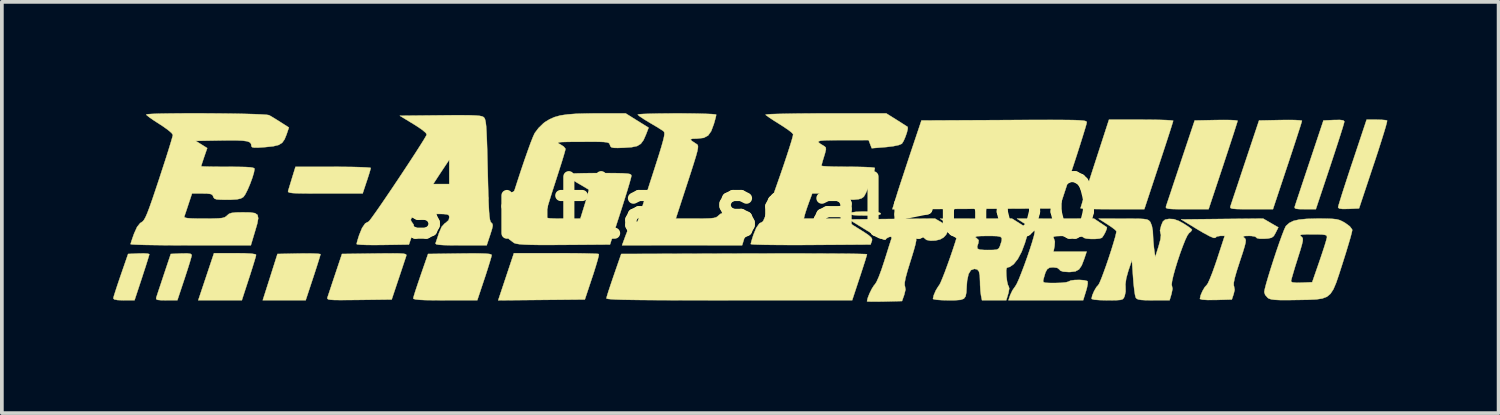
<source format=kicad_pcb>
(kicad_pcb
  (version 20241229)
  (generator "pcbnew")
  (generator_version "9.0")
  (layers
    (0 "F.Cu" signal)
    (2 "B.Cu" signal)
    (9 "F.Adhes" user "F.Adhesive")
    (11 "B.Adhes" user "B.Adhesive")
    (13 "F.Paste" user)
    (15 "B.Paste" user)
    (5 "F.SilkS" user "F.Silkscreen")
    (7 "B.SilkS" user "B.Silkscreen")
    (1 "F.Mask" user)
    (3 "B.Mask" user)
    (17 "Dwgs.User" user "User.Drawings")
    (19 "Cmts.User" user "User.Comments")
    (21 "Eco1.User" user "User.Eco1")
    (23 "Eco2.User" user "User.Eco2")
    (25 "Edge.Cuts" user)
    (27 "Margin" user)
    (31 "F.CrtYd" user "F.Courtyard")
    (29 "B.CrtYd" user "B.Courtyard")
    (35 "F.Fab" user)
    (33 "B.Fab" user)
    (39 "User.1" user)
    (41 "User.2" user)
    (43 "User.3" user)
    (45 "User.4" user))
  (footprint "scritta_scale600"
    (layer "F.Cu")
    (at 17.147 2.547)
    (property "Reference" "scritta_scale600" (at 0 0 0) (layer "F.SilkS") (effects (font (size 1.524 1.524) (thickness 0.3))))
    (attr through_hole)
    (fp_poly (pts (xy -13.599 1.231) (xy -13.417 1.241) (xy -13.315 1.257) (xy -13.293 1.273) (xy -13.305 1.327) (xy -13.34 1.446) (xy -13.392 1.615) (xy -13.456 1.817) (xy -13.486 1.908) (xy -13.678 2.498) (xy -14.853 2.498) (xy -14.428 1.228) (xy -13.86 1.228) (xy -13.599 1.231)) (stroke (width 0.01) (type solid)) (fill yes) (layer "F.SilkS"))
    (fp_poly (pts (xy -11.75 1.237) (xy -11.623 1.244) (xy -11.561 1.253) (xy -11.557 1.257) (xy -11.57 1.306) (xy -11.605 1.421) (xy -11.657 1.586) (xy -11.722 1.787) (xy -11.757 1.893) (xy -11.957 2.498) (xy -13.114 2.498) (xy -12.915 1.873) (xy -12.717 1.249) (xy -12.137 1.237) (xy -11.927 1.235) (xy -11.75 1.237)) (stroke (width 0.01) (type solid)) (fill yes) (layer "F.SilkS"))
    (fp_poly (pts (xy 3.342 0.11) (xy 3.475 0.124) (xy 3.538 0.148) (xy 3.545 0.159) (xy 3.532 0.184) (xy 3.466 0.2) (xy 3.336 0.209) (xy 3.133 0.212) (xy 2.929 0.209) (xy 2.799 0.2) (xy 2.733 0.184) (xy 2.72 0.159) (xy 2.762 0.131) (xy 2.87 0.114) (xy 3.053 0.106) (xy 3.133 0.106) (xy 3.342 0.11)) (stroke (width 0.01) (type solid)) (fill yes) (layer "F.SilkS"))
    (fp_poly (pts (xy -4.909 1.229) (xy -4.636 1.231) (xy -4.403 1.235) (xy -4.221 1.24) (xy -4.101 1.245) (xy -4.054 1.252) (xy -4.058 1.298) (xy -4.086 1.41) (xy -4.134 1.573) (xy -4.196 1.772) (xy -4.231 1.876) (xy -4.431 2.477) (xy -5.599 2.488) (xy -6.767 2.499) (xy -6.555 1.863) (xy -6.343 1.228) (xy -5.21 1.228) (xy -4.909 1.229)) (stroke (width 0.01) (type solid)) (fill yes) (layer "F.SilkS"))
    (fp_poly (pts (xy -16.212 1.241) (xy -16.171 1.256) (xy -16.171 1.256) (xy -16.184 1.305) (xy -16.219 1.42) (xy -16.271 1.586) (xy -16.337 1.787) (xy -16.371 1.893) (xy -16.571 2.498) (xy -16.858 2.498) (xy -17.026 2.492) (xy -17.117 2.474) (xy -17.142 2.445) (xy -17.128 2.387) (xy -17.09 2.266) (xy -17.035 2.097) (xy -16.967 1.896) (xy -16.941 1.82) (xy -16.743 1.249) (xy -16.457 1.236) (xy -16.314 1.234) (xy -16.212 1.241)) (stroke (width 0.01) (type solid)) (fill yes) (layer "F.SilkS"))
    (fp_poly (pts (xy -15.06 1.246) (xy -15.029 1.274) (xy -15.028 1.279) (xy -15.041 1.337) (xy -15.076 1.459) (xy -15.129 1.63) (xy -15.195 1.833) (xy -15.222 1.916) (xy -15.416 2.498) (xy -15.712 2.498) (xy -15.867 2.495) (xy -15.953 2.486) (xy -15.987 2.464) (xy -15.985 2.426) (xy -15.984 2.424) (xy -15.962 2.357) (xy -15.92 2.228) (xy -15.861 2.053) (xy -15.794 1.85) (xy -15.777 1.799) (xy -15.593 1.249) (xy -15.311 1.236) (xy -15.149 1.234) (xy -15.06 1.246)) (stroke (width 0.01) (type solid)) (fill yes) (layer "F.SilkS"))
    (fp_poly (pts (xy -10.934 -1.099) (xy -10.681 -1.096) (xy -10.471 -1.09) (xy -10.314 -1.083) (xy -10.222 -1.075) (xy -10.202 -1.069) (xy -10.215 -1.017) (xy -10.248 -0.905) (xy -10.296 -0.756) (xy -10.312 -0.709) (xy -10.421 -0.381) (xy -11.436 -0.381) (xy -11.755 -0.381) (xy -11.999 -0.383) (xy -12.178 -0.386) (xy -12.301 -0.392) (xy -12.378 -0.402) (xy -12.418 -0.415) (xy -12.432 -0.434) (xy -12.429 -0.455) (xy -12.405 -0.532) (xy -12.366 -0.661) (xy -12.319 -0.815) (xy -12.231 -1.101) (xy -11.217 -1.101) (xy -10.934 -1.099)) (stroke (width 0.01) (type solid)) (fill yes) (layer "F.SilkS"))
    (fp_poly (pts (xy 17.051 -2.367) (xy 17.156 -2.358) (xy 17.197 -2.347) (xy 17.19 -2.302) (xy 17.16 -2.187) (xy 17.108 -2.013) (xy 17.038 -1.789) (xy 16.954 -1.525) (xy 16.858 -1.233) (xy 16.83 -1.151) (xy 16.44 0.021) (xy 16.157 0.034) (xy 15.996 0.036) (xy 15.906 0.024) (xy 15.875 -0.004) (xy 15.875 -0.009) (xy 15.888 -0.062) (xy 15.925 -0.184) (xy 15.981 -0.366) (xy 16.055 -0.595) (xy 16.142 -0.862) (xy 16.239 -1.157) (xy 16.26 -1.217) (xy 16.644 -2.371) (xy 16.909 -2.371) (xy 17.051 -2.367)) (stroke (width 0.01) (type solid)) (fill yes) (layer "F.SilkS"))
    (fp_poly (pts (xy -7.27 1.235) (xy -7.111 1.24) (xy -7.009 1.249) (xy -6.956 1.263) (xy -6.943 1.28) (xy -6.955 1.337) (xy -6.991 1.459) (xy -7.044 1.63) (xy -7.109 1.833) (xy -7.137 1.916) (xy -7.331 2.498) (xy -8.195 2.498) (xy -8.501 2.496) (xy -8.731 2.493) (xy -8.893 2.485) (xy -8.995 2.474) (xy -9.047 2.459) (xy -9.056 2.445) (xy -9.042 2.387) (xy -9.005 2.266) (xy -8.949 2.097) (xy -8.881 1.896) (xy -8.855 1.82) (xy -8.657 1.249) (xy -7.8 1.237) (xy -7.497 1.234) (xy -7.27 1.235)) (stroke (width 0.01) (type solid)) (fill yes) (layer "F.SilkS"))
    (fp_poly (pts (xy 16.013 -2.353) (xy 16.044 -2.324) (xy 16.044 -2.32) (xy 16.031 -2.267) (xy 15.995 -2.144) (xy 15.938 -1.963) (xy 15.864 -1.733) (xy 15.777 -1.466) (xy 15.68 -1.172) (xy 15.66 -1.111) (xy 15.275 0.042) (xy 14.98 0.042) (xy 14.825 0.04) (xy 14.739 0.03) (xy 14.705 0.009) (xy 14.707 -0.029) (xy 14.708 -0.032) (xy 14.727 -0.09) (xy 14.769 -0.218) (xy 14.831 -0.403) (xy 14.908 -0.636) (xy 14.998 -0.905) (xy 15.096 -1.199) (xy 15.106 -1.228) (xy 15.48 -2.349) (xy 15.762 -2.362) (xy 15.923 -2.364) (xy 16.013 -2.353)) (stroke (width 0.01) (type solid)) (fill yes) (layer "F.SilkS"))
    (fp_poly (pts (xy 12.973 -2.361) (xy 13.1 -2.354) (xy 13.162 -2.344) (xy 13.166 -2.341) (xy 13.153 -2.294) (xy 13.116 -2.177) (xy 13.06 -2.001) (xy 12.986 -1.775) (xy 12.899 -1.51) (xy 12.802 -1.216) (xy 12.775 -1.133) (xy 12.384 0.042) (xy 11.798 0.042) (xy 11.565 0.042) (xy 11.405 0.038) (xy 11.304 0.03) (xy 11.251 0.017) (xy 11.233 -0.004) (xy 11.236 -0.032) (xy 11.255 -0.09) (xy 11.298 -0.218) (xy 11.36 -0.403) (xy 11.437 -0.636) (xy 11.527 -0.905) (xy 11.625 -1.199) (xy 11.634 -1.228) (xy 12.009 -2.349) (xy 12.587 -2.361) (xy 12.797 -2.363) (xy 12.973 -2.361)) (stroke (width 0.01) (type solid)) (fill yes) (layer "F.SilkS"))
    (fp_poly (pts (xy 14.709 -2.361) (xy 14.836 -2.354) (xy 14.898 -2.344) (xy 14.901 -2.341) (xy 14.888 -2.294) (xy 14.852 -2.177) (xy 14.795 -2.001) (xy 14.722 -1.775) (xy 14.635 -1.51) (xy 14.538 -1.216) (xy 14.51 -1.133) (xy 14.119 0.042) (xy 13.534 0.042) (xy 13.301 0.042) (xy 13.14 0.038) (xy 13.039 0.03) (xy 12.986 0.017) (xy 12.968 -0.004) (xy 12.972 -0.032) (xy 12.991 -0.09) (xy 13.033 -0.218) (xy 13.095 -0.403) (xy 13.173 -0.636) (xy 13.262 -0.905) (xy 13.36 -1.199) (xy 13.37 -1.228) (xy 13.744 -2.349) (xy 14.323 -2.361) (xy 14.533 -2.363) (xy 14.709 -2.361)) (stroke (width 0.01) (type solid)) (fill yes) (layer "F.SilkS"))
    (fp_poly (pts (xy -9.432 1.235) (xy -9.33 1.241) (xy -9.272 1.252) (xy -9.246 1.268) (xy -9.243 1.29) (xy -9.246 1.301) (xy -9.268 1.367) (xy -9.311 1.497) (xy -9.369 1.672) (xy -9.437 1.876) (xy -9.454 1.926) (xy -9.638 2.477) (xy -10.516 2.488) (xy -10.81 2.491) (xy -11.029 2.492) (xy -11.184 2.49) (xy -11.286 2.484) (xy -11.345 2.474) (xy -11.37 2.457) (xy -11.373 2.435) (xy -11.37 2.424) (xy -11.348 2.358) (xy -11.305 2.229) (xy -11.247 2.053) (xy -11.179 1.85) (xy -11.162 1.799) (xy -10.978 1.249) (xy -10.1 1.237) (xy -9.807 1.234) (xy -9.587 1.233) (xy -9.432 1.235)) (stroke (width 0.01) (type solid)) (fill yes) (layer "F.SilkS"))
    (fp_poly (pts (xy 10.825 -2.369) (xy 11.054 -2.366) (xy 11.239 -2.36) (xy 11.368 -2.352) (xy 11.427 -2.344) (xy 11.43 -2.342) (xy 11.417 -2.296) (xy 11.381 -2.179) (xy 11.325 -2.003) (xy 11.252 -1.778) (xy 11.165 -1.513) (xy 11.068 -1.219) (xy 11.04 -1.135) (xy 10.651 0.042) (xy 9.792 0.042) (xy 9.532 0.041) (xy 9.304 0.038) (xy 9.12 0.033) (xy 8.993 0.026) (xy 8.935 0.018) (xy 8.932 0.017) (xy 8.945 -0.029) (xy 8.981 -0.144) (xy 9.036 -0.32) (xy 9.108 -0.545) (xy 9.193 -0.81) (xy 9.288 -1.104) (xy 9.316 -1.19) (xy 9.699 -2.371) (xy 10.564 -2.371) (xy 10.825 -2.369)) (stroke (width 0.01) (type solid)) (fill yes) (layer "F.SilkS"))
    (fp_poly (pts (xy 8.398 -2.364) (xy 8.618 -2.362) (xy 8.787 -2.359) (xy 8.912 -2.353) (xy 8.998 -2.346) (xy 9.053 -2.337) (xy 9.084 -2.325) (xy 9.097 -2.311) (xy 9.099 -2.297) (xy 9.086 -2.238) (xy 9.049 -2.111) (xy 8.992 -1.925) (xy 8.919 -1.692) (xy 8.833 -1.423) (xy 8.737 -1.13) (xy 8.727 -1.101) (xy 8.358 0.021) (xy 6.108 0.032) (xy 3.859 0.043) (xy 3.961 -0.285) (xy 4.005 -0.427) (xy 4.071 -0.631) (xy 4.153 -0.879) (xy 4.243 -1.153) (xy 4.336 -1.434) (xy 4.352 -1.482) (xy 4.643 -2.349) (xy 6.872 -2.36) (xy 7.364 -2.363) (xy 7.778 -2.364) (xy 8.12 -2.365) (xy 8.398 -2.364)) (stroke (width 0.01) (type solid)) (fill yes) (layer "F.SilkS"))
    (fp_poly (pts (xy 1.344 1.236) (xy 1.771 1.237) (xy 2.153 1.239) (xy 2.484 1.241) (xy 2.758 1.244) (xy 2.968 1.248) (xy 3.108 1.252) (xy 3.172 1.256) (xy 3.175 1.258) (xy 3.162 1.307) (xy 3.128 1.421) (xy 3.075 1.586) (xy 3.01 1.787) (xy 2.975 1.893) (xy 2.775 2.498) (xy -0.539 2.498) (xy -1.169 2.497) (xy -1.72 2.497) (xy -2.195 2.495) (xy -2.6 2.493) (xy -2.938 2.49) (xy -3.215 2.486) (xy -3.436 2.482) (xy -3.604 2.476) (xy -3.724 2.469) (xy -3.802 2.461) (xy -3.842 2.452) (xy -3.849 2.445) (xy -3.835 2.387) (xy -3.798 2.266) (xy -3.742 2.097) (xy -3.674 1.896) (xy -3.648 1.82) (xy -3.45 1.249) (xy -0.138 1.238) (xy 0.384 1.237) (xy 0.88 1.236) (xy 1.344 1.236)) (stroke (width 0.01) (type solid)) (fill yes) (layer "F.SilkS"))
    (fp_poly (pts (xy 14.058 0.414) (xy 14.264 0.533) (xy 14.191 0.679) (xy 14.141 0.766) (xy 14.082 0.811) (xy 13.987 0.832) (xy 13.896 0.838) (xy 13.759 0.838) (xy 13.684 0.821) (xy 13.674 0.807) (xy 13.636 0.78) (xy 13.538 0.764) (xy 13.475 0.762) (xy 13.36 0.765) (xy 13.317 0.778) (xy 13.335 0.805) (xy 13.349 0.815) (xy 13.375 0.841) (xy 13.386 0.88) (xy 13.38 0.946) (xy 13.354 1.051) (xy 13.306 1.208) (xy 13.232 1.431) (xy 13.224 1.457) (xy 13.141 1.713) (xy 13.088 1.899) (xy 13.062 2.025) (xy 13.062 2.097) (xy 13.068 2.113) (xy 13.086 2.217) (xy 13.06 2.328) (xy 13.01 2.477) (xy 12.58 2.489) (xy 12.356 2.49) (xy 12.213 2.481) (xy 12.152 2.462) (xy 12.15 2.455) (xy 12.17 2.363) (xy 12.221 2.246) (xy 12.282 2.142) (xy 12.332 2.089) (xy 12.366 2.038) (xy 12.419 1.921) (xy 12.486 1.752) (xy 12.56 1.546) (xy 12.607 1.408) (xy 12.818 0.762) (xy 12.699 0.762) (xy 12.607 0.778) (xy 12.563 0.814) (xy 12.52 0.816) (xy 12.413 0.771) (xy 12.247 0.682) (xy 12.094 0.592) (xy 11.643 0.318) (xy 12.748 0.306) (xy 13.853 0.295) (xy 14.058 0.414)) (stroke (width 0.01) (type solid)) (fill yes) (layer "F.SilkS"))
    (fp_poly (pts (xy 5.195 0.405) (xy 5.317 0.491) (xy 5.361 0.558) (xy 5.358 0.579) (xy 5.336 0.657) (xy 5.334 0.679) (xy 5.306 0.732) (xy 5.241 0.803) (xy 5.146 0.857) (xy 5.018 0.887) (xy 4.886 0.892) (xy 4.779 0.87) (xy 4.726 0.826) (xy 4.666 0.778) (xy 4.563 0.763) (xy 4.476 0.77) (xy 4.472 0.793) (xy 4.482 0.8) (xy 4.5 0.829) (xy 4.501 0.888) (xy 4.481 0.989) (xy 4.439 1.144) (xy 4.372 1.365) (xy 4.348 1.44) (xy 4.267 1.703) (xy 4.215 1.894) (xy 4.191 2.023) (xy 4.191 2.097) (xy 4.197 2.112) (xy 4.213 2.21) (xy 4.179 2.349) (xy 4.119 2.519) (xy 3.647 2.531) (xy 3.459 2.534) (xy 3.306 2.534) (xy 3.206 2.531) (xy 3.175 2.526) (xy 3.195 2.438) (xy 3.243 2.315) (xy 3.305 2.19) (xy 3.364 2.097) (xy 3.385 2.074) (xy 3.43 2.007) (xy 3.492 1.869) (xy 3.565 1.675) (xy 3.643 1.439) (xy 3.709 1.23) (xy 3.766 1.047) (xy 3.811 0.908) (xy 3.837 0.828) (xy 3.84 0.818) (xy 3.826 0.785) (xy 3.773 0.791) (xy 3.698 0.831) (xy 3.675 0.865) (xy 3.635 0.866) (xy 3.534 0.822) (xy 3.378 0.738) (xy 3.176 0.618) (xy 3.175 0.617) (xy 2.688 0.318) (xy 3.848 0.306) (xy 5.007 0.295) (xy 5.195 0.405)) (stroke (width 0.01) (type solid)) (fill yes) (layer "F.SilkS"))
    (fp_poly (pts (xy 9.462 0.409) (xy 9.563 0.476) (xy 9.63 0.521) (xy 9.643 0.53) (xy 9.638 0.572) (xy 9.605 0.654) (xy 9.558 0.742) (xy 9.514 0.805) (xy 9.505 0.814) (xy 9.438 0.835) (xy 9.328 0.844) (xy 9.204 0.844) (xy 9.094 0.835) (xy 9.026 0.816) (xy 9.017 0.804) (xy 8.977 0.785) (xy 8.864 0.771) (xy 8.691 0.763) (xy 8.588 0.762) (xy 8.395 0.764) (xy 8.273 0.769) (xy 8.212 0.782) (xy 8.198 0.802) (xy 8.21 0.822) (xy 8.24 0.916) (xy 8.232 1.034) (xy 8.203 1.185) (xy 9.097 1.185) (xy 9.03 1.386) (xy 8.963 1.559) (xy 8.891 1.665) (xy 8.795 1.718) (xy 8.655 1.735) (xy 8.613 1.736) (xy 8.464 1.726) (xy 8.384 1.697) (xy 8.367 1.672) (xy 8.305 1.624) (xy 8.192 1.609) (xy 8.098 1.618) (xy 8.034 1.659) (xy 7.986 1.747) (xy 7.941 1.899) (xy 7.933 1.928) (xy 7.923 1.979) (xy 7.936 2.01) (xy 7.986 2.026) (xy 8.091 2.031) (xy 8.248 2.032) (xy 8.41 2.027) (xy 8.537 2.014) (xy 8.608 1.995) (xy 8.615 1.99) (xy 8.67 1.965) (xy 8.779 1.951) (xy 8.909 1.949) (xy 9.029 1.958) (xy 9.109 1.978) (xy 9.123 1.989) (xy 9.125 2.05) (xy 9.104 2.162) (xy 9.075 2.264) (xy 9.002 2.498) (xy 6.989 2.498) (xy 7.035 2.36) (xy 7.098 2.227) (xy 7.176 2.117) (xy 7.216 2.048) (xy 7.274 1.919) (xy 7.343 1.745) (xy 7.42 1.542) (xy 7.497 1.327) (xy 7.569 1.116) (xy 7.63 0.924) (xy 7.675 0.769) (xy 7.697 0.666) (xy 7.698 0.636) (xy 7.657 0.594) (xy 7.564 0.523) (xy 7.451 0.447) (xy 7.218 0.298) (xy 8.256 0.297) (xy 9.294 0.296) (xy 9.462 0.409)) (stroke (width 0.01) (type solid)) (fill yes) (layer "F.SilkS"))
    (fp_poly (pts (xy -1.658 -2.539) (xy -1.399 -2.535) (xy -1.181 -2.529) (xy -1.016 -2.522) (xy -0.916 -2.513) (xy -0.889 -2.505) (xy -0.9 -2.448) (xy -0.929 -2.338) (xy -0.955 -2.249) (xy -1.025 -2.061) (xy -1.109 -1.943) (xy -1.226 -1.881) (xy -1.391 -1.862) (xy -1.408 -1.861) (xy -1.532 -1.857) (xy -1.581 -1.84) (xy -1.554 -1.803) (xy -1.453 -1.735) (xy -1.414 -1.711) (xy -1.392 -1.692) (xy -1.381 -1.66) (xy -1.383 -1.605) (xy -1.4 -1.518) (xy -1.435 -1.389) (xy -1.491 -1.207) (xy -1.568 -0.964) (xy -1.659 -0.685) (xy -1.979 0.296) (xy -1.441 0.296) (xy -1.215 0.295) (xy -1.058 0.29) (xy -0.954 0.279) (xy -0.888 0.26) (xy -0.844 0.23) (xy -0.826 0.212) (xy -0.774 0.168) (xy -0.701 0.143) (xy -0.585 0.13) (xy -0.407 0.127) (xy -0.401 0.127) (xy -0.201 0.131) (xy -0.071 0.15) (xy -0.002 0.198) (xy 0.015 0.287) (xy -0.013 0.432) (xy -0.072 0.631) (xy -0.191 1.015) (xy -3.428 1.016) (xy -3.325 0.735) (xy -3.253 0.556) (xy -3.188 0.446) (xy -3.12 0.393) (xy -3.059 0.382) (xy -3.009 0.372) (xy -3.006 0.367) (xy -2.993 0.325) (xy -2.958 0.212) (xy -2.903 0.039) (xy -2.832 -0.184) (xy -2.747 -0.447) (xy -2.653 -0.741) (xy -2.624 -0.829) (xy -2.515 -1.169) (xy -2.429 -1.438) (xy -2.366 -1.645) (xy -2.323 -1.798) (xy -2.297 -1.906) (xy -2.286 -1.978) (xy -2.288 -2.024) (xy -2.302 -2.052) (xy -2.317 -2.066) (xy -2.388 -2.112) (xy -2.509 -2.187) (xy -2.658 -2.275) (xy -2.698 -2.299) (xy -2.838 -2.384) (xy -2.945 -2.455) (xy -3.001 -2.501) (xy -3.005 -2.508) (xy -2.965 -2.517) (xy -2.851 -2.525) (xy -2.676 -2.531) (xy -2.449 -2.536) (xy -2.184 -2.539) (xy -1.947 -2.54) (xy -1.658 -2.539)) (stroke (width 0.01) (type solid)) (fill yes) (layer "F.SilkS"))
    (fp_poly (pts (xy 15.566 0.297) (xy 15.724 0.303) (xy 15.836 0.315) (xy 15.921 0.338) (xy 15.999 0.375) (xy 16.064 0.412) (xy 16.19 0.504) (xy 16.252 0.586) (xy 16.256 0.609) (xy 16.243 0.672) (xy 16.209 0.803) (xy 16.155 0.986) (xy 16.088 1.209) (xy 16.01 1.456) (xy 16.001 1.485) (xy 15.903 1.791) (xy 15.823 2.026) (xy 15.749 2.2) (xy 15.669 2.323) (xy 15.573 2.403) (xy 15.448 2.45) (xy 15.284 2.474) (xy 15.068 2.484) (xy 14.79 2.489) (xy 14.774 2.489) (xy 14.506 2.493) (xy 14.309 2.492) (xy 14.17 2.485) (xy 14.076 2.473) (xy 14.013 2.453) (xy 13.981 2.434) (xy 13.909 2.352) (xy 13.885 2.276) (xy 13.899 2.197) (xy 13.935 2.056) (xy 13.955 1.988) (xy 14.605 1.988) (xy 14.644 2.015) (xy 14.761 2.026) (xy 14.891 2.023) (xy 15.177 2.011) (xy 15.375 1.439) (xy 15.446 1.228) (xy 15.507 1.042) (xy 15.551 0.896) (xy 15.574 0.808) (xy 15.576 0.794) (xy 15.568 0.759) (xy 15.531 0.737) (xy 15.45 0.725) (xy 15.309 0.72) (xy 15.19 0.72) (xy 15.009 0.721) (xy 14.901 0.727) (xy 14.855 0.739) (xy 14.859 0.76) (xy 14.879 0.777) (xy 14.909 0.804) (xy 14.924 0.84) (xy 14.922 0.899) (xy 14.9 0.995) (xy 14.858 1.142) (xy 14.791 1.354) (xy 14.781 1.387) (xy 14.716 1.592) (xy 14.663 1.771) (xy 14.624 1.905) (xy 14.606 1.98) (xy 14.605 1.988) (xy 13.955 1.988) (xy 13.99 1.868) (xy 14.058 1.647) (xy 14.134 1.41) (xy 14.213 1.171) (xy 14.29 0.947) (xy 14.361 0.751) (xy 14.419 0.6) (xy 14.461 0.508) (xy 14.472 0.492) (xy 14.559 0.414) (xy 14.672 0.358) (xy 14.824 0.323) (xy 15.031 0.303) (xy 15.307 0.296) (xy 15.343 0.296) (xy 15.566 0.297)) (stroke (width 0.01) (type solid)) (fill yes) (layer "F.SilkS"))
    (fp_poly (pts (xy 10.335 0.298) (xy 10.515 0.3) (xy 10.638 0.307) (xy 10.717 0.319) (xy 10.765 0.339) (xy 10.797 0.368) (xy 10.814 0.39) (xy 10.854 0.49) (xy 10.88 0.632) (xy 10.883 0.697) (xy 10.892 0.879) (xy 10.91 1.072) (xy 10.916 1.122) (xy 10.945 1.333) (xy 11.037 1.039) (xy 11.087 0.854) (xy 11.1 0.735) (xy 11.089 0.696) (xy 11.074 0.617) (xy 11.106 0.483) (xy 11.152 0.375) (xy 11.211 0.324) (xy 11.313 0.305) (xy 11.322 0.304) (xy 11.447 0.311) (xy 11.581 0.359) (xy 11.709 0.429) (xy 11.828 0.506) (xy 11.911 0.568) (xy 11.938 0.599) (xy 11.907 0.645) (xy 11.856 0.688) (xy 11.813 0.748) (xy 11.755 0.87) (xy 11.688 1.038) (xy 11.616 1.235) (xy 11.546 1.445) (xy 11.483 1.65) (xy 11.432 1.836) (xy 11.399 1.984) (xy 11.388 2.079) (xy 11.394 2.103) (xy 11.411 2.188) (xy 11.384 2.325) (xy 11.332 2.498) (xy 10.896 2.498) (xy 10.694 2.496) (xy 10.561 2.488) (xy 10.481 2.473) (xy 10.436 2.447) (xy 10.42 2.424) (xy 10.401 2.353) (xy 10.381 2.218) (xy 10.361 2.04) (xy 10.349 1.884) (xy 10.317 1.418) (xy 10.22 1.704) (xy 10.164 1.904) (xy 10.142 2.066) (xy 10.145 2.127) (xy 10.147 2.264) (xy 10.122 2.381) (xy 10.099 2.434) (xy 10.068 2.468) (xy 10.012 2.487) (xy 9.913 2.495) (xy 9.755 2.498) (xy 9.653 2.498) (xy 9.448 2.493) (xy 9.305 2.482) (xy 9.235 2.463) (xy 9.229 2.454) (xy 9.249 2.363) (xy 9.299 2.248) (xy 9.359 2.144) (xy 9.409 2.089) (xy 9.439 2.04) (xy 9.487 1.927) (xy 9.549 1.764) (xy 9.619 1.57) (xy 9.691 1.359) (xy 9.76 1.148) (xy 9.82 0.953) (xy 9.867 0.792) (xy 9.894 0.678) (xy 9.898 0.633) (xy 9.858 0.592) (xy 9.766 0.523) (xy 9.652 0.447) (xy 9.419 0.298) (xy 10.084 0.297) (xy 10.335 0.298)) (stroke (width 0.01) (type solid)) (fill yes) (layer "F.SilkS"))
    (fp_poly (pts (xy 7.299 0.431) (xy 7.416 0.505) (xy 7.5 0.558) (xy 7.53 0.578) (xy 7.526 0.621) (xy 7.5 0.725) (xy 7.457 0.873) (xy 7.431 0.959) (xy 7.343 1.192) (xy 7.24 1.385) (xy 7.13 1.524) (xy 7.023 1.599) (xy 6.975 1.609) (xy 6.941 1.627) (xy 6.928 1.692) (xy 6.932 1.82) (xy 6.934 1.852) (xy 6.951 1.988) (xy 6.975 2.088) (xy 6.994 2.121) (xy 7.01 2.178) (xy 6.99 2.294) (xy 6.982 2.322) (xy 6.929 2.498) (xy 6.276 2.498) (xy 6.249 2.365) (xy 6.234 2.244) (xy 6.224 2.085) (xy 6.223 2.009) (xy 6.216 1.83) (xy 6.193 1.721) (xy 6.146 1.666) (xy 6.069 1.651) (xy 5.977 1.685) (xy 5.913 1.79) (xy 5.874 1.969) (xy 5.863 2.117) (xy 5.854 2.282) (xy 5.833 2.391) (xy 5.786 2.455) (xy 5.698 2.486) (xy 5.553 2.497) (xy 5.372 2.498) (xy 5.194 2.494) (xy 5.054 2.484) (xy 4.97 2.469) (xy 4.953 2.458) (xy 4.976 2.359) (xy 5.031 2.232) (xy 5.1 2.119) (xy 5.12 2.095) (xy 5.154 2.033) (xy 5.207 1.908) (xy 5.275 1.735) (xy 5.349 1.533) (xy 5.426 1.317) (xy 5.498 1.106) (xy 5.56 0.916) (xy 5.599 0.784) (xy 6.093 0.784) (xy 6.103 0.804) (xy 6.122 0.816) (xy 6.186 0.877) (xy 6.178 0.953) (xy 6.146 1.048) (xy 6.154 1.105) (xy 6.214 1.133) (xy 6.339 1.142) (xy 6.431 1.143) (xy 6.585 1.141) (xy 6.676 1.131) (xy 6.725 1.103) (xy 6.755 1.05) (xy 6.769 1.01) (xy 6.805 0.898) (xy 6.811 0.827) (xy 6.774 0.786) (xy 6.683 0.768) (xy 6.526 0.763) (xy 6.424 0.763) (xy 6.243 0.766) (xy 6.137 0.772) (xy 6.093 0.784) (xy 5.599 0.784) (xy 5.605 0.764) (xy 5.629 0.667) (xy 5.63 0.649) (xy 5.597 0.603) (xy 5.509 0.531) (xy 5.387 0.449) (xy 5.144 0.299) (xy 6.113 0.297) (xy 7.083 0.296) (xy 7.299 0.431)) (stroke (width 0.01) (type solid)) (fill yes) (layer "F.SilkS"))
    (fp_poly (pts (xy -7.516 -2.489) (xy -7.371 -2.483) (xy -7.27 -2.474) (xy -7.205 -2.461) (xy -7.165 -2.443) (xy -7.154 -2.434) (xy -7.133 -2.408) (xy -7.117 -2.364) (xy -7.103 -2.295) (xy -7.091 -2.19) (xy -7.082 -2.041) (xy -7.073 -1.84) (xy -7.064 -1.577) (xy -7.056 -1.243) (xy -7.05 -1.006) (xy -7.041 -0.622) (xy -7.032 -0.315) (xy -7.023 -0.075) (xy -7.014 0.105) (xy -7.003 0.235) (xy -6.99 0.322) (xy -6.975 0.375) (xy -6.957 0.402) (xy -6.954 0.404) (xy -6.922 0.438) (xy -6.915 0.49) (xy -6.934 0.579) (xy -6.981 0.728) (xy -6.983 0.734) (xy -7.077 1.016) (xy -7.776 1.016) (xy -8.045 1.015) (xy -8.239 1.01) (xy -8.366 1.001) (xy -8.435 0.988) (xy -8.457 0.969) (xy -8.456 0.963) (xy -8.433 0.895) (xy -8.393 0.777) (xy -8.363 0.685) (xy -8.29 0.516) (xy -8.206 0.424) (xy -8.187 0.414) (xy -8.102 0.337) (xy -8.086 0.268) (xy -8.089 0.226) (xy -8.107 0.197) (xy -8.155 0.181) (xy -8.249 0.172) (xy -8.401 0.17) (xy -8.562 0.169) (xy -8.771 0.171) (xy -8.912 0.176) (xy -9.001 0.189) (xy -9.053 0.211) (xy -9.086 0.246) (xy -9.093 0.256) (xy -9.125 0.333) (xy -9.093 0.396) (xy -9.082 0.407) (xy -9.046 0.46) (xy -9.039 0.535) (xy -9.061 0.649) (xy -9.114 0.821) (xy -9.123 0.847) (xy -9.174 0.995) (xy -9.878 1.006) (xy -10.112 1.008) (xy -10.313 1.006) (xy -10.467 1) (xy -10.561 0.991) (xy -10.583 0.982) (xy -10.571 0.924) (xy -10.539 0.816) (xy -10.514 0.738) (xy -10.436 0.548) (xy -10.352 0.426) (xy -10.268 0.381) (xy -10.264 0.381) (xy -10.232 0.347) (xy -10.161 0.252) (xy -10.057 0.107) (xy -9.927 -0.08) (xy -9.779 -0.297) (xy -9.618 -0.535) (xy -9.551 -0.635) (xy -8.519 -0.635) (xy -8.086 -0.635) (xy -8.086 -1.29) (xy -8.227 -1.079) (xy -8.319 -0.941) (xy -8.403 -0.813) (xy -8.443 -0.751) (xy -8.519 -0.635) (xy -9.551 -0.635) (xy -9.451 -0.784) (xy -9.286 -1.033) (xy -9.128 -1.273) (xy -8.985 -1.493) (xy -8.863 -1.684) (xy -8.769 -1.834) (xy -8.71 -1.935) (xy -8.694 -1.968) (xy -8.719 -2.016) (xy -8.814 -2.097) (xy -8.974 -2.205) (xy -9.046 -2.25) (xy -9.419 -2.477) (xy -8.323 -2.488) (xy -7.982 -2.491) (xy -7.717 -2.491) (xy -7.516 -2.489)) (stroke (width 0.01) (type solid)) (fill yes) (layer "F.SilkS"))
    (fp_poly (pts (xy -3.021 -2.347) (xy -2.712 -2.155) (xy -2.78 -1.977) (xy -2.848 -1.822) (xy -2.922 -1.721) (xy -3.022 -1.66) (xy -3.168 -1.629) (xy -3.369 -1.615) (xy -3.545 -1.609) (xy -3.654 -1.612) (xy -3.714 -1.626) (xy -3.743 -1.656) (xy -3.754 -1.689) (xy -3.766 -1.721) (xy -3.79 -1.745) (xy -3.839 -1.76) (xy -3.924 -1.77) (xy -4.058 -1.775) (xy -4.253 -1.776) (xy -4.503 -1.775) (xy -4.765 -1.774) (xy -4.951 -1.771) (xy -5.072 -1.767) (xy -5.136 -1.758) (xy -5.154 -1.746) (xy -5.134 -1.727) (xy -5.091 -1.704) (xy -5 -1.645) (xy -4.954 -1.588) (xy -4.953 -1.58) (xy -4.966 -1.525) (xy -5.001 -1.402) (xy -5.055 -1.224) (xy -5.125 -1.005) (xy -5.205 -0.756) (xy -5.228 -0.684) (xy -5.311 -0.428) (xy -5.383 -0.197) (xy -5.442 -0.004) (xy -5.483 0.139) (xy -5.502 0.218) (xy -5.503 0.227) (xy -5.493 0.257) (xy -5.455 0.277) (xy -5.373 0.289) (xy -5.234 0.295) (xy -5.027 0.296) (xy -4.551 0.295) (xy -4.432 -0.09) (xy -4.382 -0.256) (xy -4.345 -0.389) (xy -4.326 -0.469) (xy -4.326 -0.485) (xy -4.366 -0.51) (xy -4.461 -0.567) (xy -4.594 -0.645) (xy -4.647 -0.676) (xy -4.791 -0.763) (xy -4.904 -0.837) (xy -4.97 -0.886) (xy -4.977 -0.894) (xy -4.944 -0.905) (xy -4.837 -0.915) (xy -4.668 -0.923) (xy -4.448 -0.928) (xy -4.187 -0.931) (xy -4.088 -0.931) (xy -3.787 -0.931) (xy -3.56 -0.929) (xy -3.397 -0.925) (xy -3.288 -0.917) (xy -3.221 -0.906) (xy -3.188 -0.889) (xy -3.177 -0.867) (xy -3.176 -0.857) (xy -3.189 -0.797) (xy -3.225 -0.668) (xy -3.279 -0.485) (xy -3.349 -0.26) (xy -3.429 -0.005) (xy -3.465 0.106) (xy -3.753 0.995) (xy -4.978 1.004) (xy -5.354 1.006) (xy -5.654 1.006) (xy -5.888 1.002) (xy -6.064 0.996) (xy -6.192 0.986) (xy -6.28 0.972) (xy -6.337 0.954) (xy -6.474 0.851) (xy -6.569 0.695) (xy -6.604 0.511) (xy -6.604 0.51) (xy -6.591 0.429) (xy -6.553 0.281) (xy -6.495 0.079) (xy -6.422 -0.163) (xy -6.338 -0.433) (xy -6.246 -0.718) (xy -6.152 -1.004) (xy -6.059 -1.279) (xy -5.971 -1.529) (xy -5.894 -1.742) (xy -5.83 -1.904) (xy -5.785 -2.003) (xy -5.782 -2.009) (xy -5.679 -2.146) (xy -5.547 -2.274) (xy -5.505 -2.306) (xy -5.379 -2.383) (xy -5.244 -2.442) (xy -5.087 -2.485) (xy -4.893 -2.513) (xy -4.65 -2.531) (xy -4.344 -2.539) (xy -4.111 -2.54) (xy -3.33 -2.54) (xy -3.021 -2.347)) (stroke (width 0.01) (type solid)) (fill yes) (layer "F.SilkS"))
    (fp_poly (pts (xy 3.975 -2.365) (xy 4.109 -2.28) (xy 4.213 -2.214) (xy 4.267 -2.178) (xy 4.271 -2.176) (xy 4.274 -2.125) (xy 4.251 -2.026) (xy 4.21 -1.908) (xy 4.163 -1.799) (xy 4.118 -1.727) (xy 4.112 -1.721) (xy 4.032 -1.687) (xy 3.885 -1.656) (xy 3.689 -1.632) (xy 3.673 -1.631) (xy 3.303 -1.601) (xy 3.261 -1.711) (xy 3.219 -1.82) (xy 2.509 -1.819) (xy 2.24 -1.818) (xy 2.048 -1.814) (xy 1.927 -1.804) (xy 1.87 -1.787) (xy 1.869 -1.76) (xy 1.918 -1.72) (xy 2.009 -1.665) (xy 2.03 -1.652) (xy 2.063 -1.621) (xy 2.068 -1.567) (xy 2.044 -1.467) (xy 2.02 -1.387) (xy 1.98 -1.257) (xy 1.954 -1.161) (xy 1.947 -1.129) (xy 1.987 -1.119) (xy 2.098 -1.112) (xy 2.266 -1.105) (xy 2.478 -1.102) (xy 2.667 -1.101) (xy 2.903 -1.099) (xy 3.107 -1.094) (xy 3.264 -1.087) (xy 3.361 -1.077) (xy 3.387 -1.069) (xy 3.371 -0.986) (xy 3.329 -0.853) (xy 3.271 -0.693) (xy 3.207 -0.533) (xy 3.146 -0.396) (xy 3.097 -0.306) (xy 3.085 -0.291) (xy 3.032 -0.252) (xy 2.954 -0.228) (xy 2.833 -0.215) (xy 2.649 -0.212) (xy 2.625 -0.212) (xy 2.444 -0.213) (xy 2.331 -0.22) (xy 2.271 -0.235) (xy 2.247 -0.263) (xy 2.244 -0.296) (xy 2.235 -0.342) (xy 2.196 -0.368) (xy 2.109 -0.379) (xy 1.972 -0.381) (xy 1.699 -0.381) (xy 1.613 -0.15) (xy 1.56 -0.002) (xy 1.517 0.129) (xy 1.499 0.189) (xy 1.472 0.296) (xy 2.51 0.296) (xy 2.925 0.553) (xy 3.104 0.665) (xy 3.221 0.745) (xy 3.286 0.803) (xy 3.312 0.848) (xy 3.309 0.891) (xy 3.305 0.902) (xy 3.271 0.995) (xy 1.657 1.006) (xy 1.296 1.008) (xy 0.964 1.007) (xy 0.669 1.005) (xy 0.42 1.002) (xy 0.227 0.997) (xy 0.098 0.991) (xy 0.044 0.983) (xy 0.042 0.982) (xy 0.055 0.924) (xy 0.087 0.816) (xy 0.112 0.738) (xy 0.19 0.547) (xy 0.275 0.425) (xy 0.359 0.381) (xy 0.363 0.381) (xy 0.386 0.343) (xy 0.432 0.236) (xy 0.496 0.073) (xy 0.573 -0.133) (xy 0.66 -0.372) (xy 0.751 -0.631) (xy 0.844 -0.897) (xy 0.934 -1.159) (xy 1.016 -1.405) (xy 1.086 -1.622) (xy 1.141 -1.798) (xy 1.175 -1.921) (xy 1.185 -1.976) (xy 1.151 -2.018) (xy 1.06 -2.09) (xy 0.926 -2.182) (xy 0.824 -2.247) (xy 0.669 -2.344) (xy 0.542 -2.428) (xy 0.461 -2.486) (xy 0.44 -2.504) (xy 0.476 -2.512) (xy 0.588 -2.52) (xy 0.766 -2.526) (xy 1.002 -2.531) (xy 1.287 -2.536) (xy 1.612 -2.539) (xy 1.968 -2.54) (xy 2.057 -2.54) (xy 3.695 -2.54) (xy 3.975 -2.365)) (stroke (width 0.01) (type solid)) (fill yes) (layer "F.SilkS"))
    (fp_poly (pts (xy -14.814 -2.542) (xy -14.49 -2.54) (xy -14.17 -2.537) (xy -13.865 -2.533) (xy -13.585 -2.527) (xy -13.342 -2.52) (xy -13.147 -2.512) (xy -13.011 -2.503) (xy -12.944 -2.492) (xy -12.942 -2.491) (xy -12.857 -2.442) (xy -12.733 -2.366) (xy -12.63 -2.301) (xy -12.409 -2.16) (xy -12.472 -1.973) (xy -12.527 -1.838) (xy -12.592 -1.747) (xy -12.687 -1.689) (xy -12.83 -1.654) (xy -13.038 -1.632) (xy -13.049 -1.631) (xy -13.23 -1.618) (xy -13.342 -1.617) (xy -13.4 -1.629) (xy -13.419 -1.655) (xy -13.42 -1.663) (xy -13.429 -1.72) (xy -13.464 -1.761) (xy -13.536 -1.789) (xy -13.655 -1.805) (xy -13.832 -1.813) (xy -14.077 -1.813) (xy -14.23 -1.811) (xy -14.922 -1.799) (xy -14.611 -1.605) (xy -14.693 -1.368) (xy -14.736 -1.239) (xy -14.766 -1.147) (xy -14.774 -1.115) (xy -14.734 -1.11) (xy -14.623 -1.106) (xy -14.455 -1.103) (xy -14.244 -1.101) (xy -14.055 -1.101) (xy -13.782 -1.099) (xy -13.584 -1.095) (xy -13.451 -1.087) (xy -13.372 -1.073) (xy -13.338 -1.055) (xy -13.335 -1.045) (xy -13.352 -0.946) (xy -13.395 -0.802) (xy -13.455 -0.639) (xy -13.522 -0.482) (xy -13.586 -0.356) (xy -13.636 -0.286) (xy -13.706 -0.246) (xy -13.81 -0.223) (xy -13.969 -0.213) (xy -14.076 -0.212) (xy -14.249 -0.214) (xy -14.356 -0.222) (xy -14.414 -0.242) (xy -14.441 -0.276) (xy -14.448 -0.296) (xy -14.471 -0.343) (xy -14.522 -0.368) (xy -14.621 -0.379) (xy -14.746 -0.381) (xy -15.021 -0.381) (xy -15.116 -0.095) (xy -15.165 0.054) (xy -15.206 0.175) (xy -15.229 0.242) (xy -15.23 0.243) (xy -15.218 0.266) (xy -15.158 0.282) (xy -15.038 0.291) (xy -14.85 0.296) (xy -14.701 0.296) (xy -14.473 0.295) (xy -14.314 0.29) (xy -14.209 0.28) (xy -14.141 0.261) (xy -14.096 0.232) (xy -14.076 0.212) (xy -14.024 0.168) (xy -13.951 0.143) (xy -13.836 0.13) (xy -13.658 0.127) (xy -13.651 0.127) (xy -13.452 0.13) (xy -13.323 0.149) (xy -13.254 0.197) (xy -13.236 0.287) (xy -13.262 0.431) (xy -13.32 0.631) (xy -13.435 1.016) (xy -15.057 1.016) (xy -15.418 1.015) (xy -15.751 1.013) (xy -16.047 1.009) (xy -16.296 1.005) (xy -16.49 0.999) (xy -16.62 0.993) (xy -16.675 0.986) (xy -16.677 0.984) (xy -16.662 0.931) (xy -16.626 0.822) (xy -16.582 0.699) (xy -16.502 0.522) (xy -16.42 0.419) (xy -16.383 0.395) (xy -16.348 0.371) (xy -16.313 0.327) (xy -16.273 0.255) (xy -16.225 0.145) (xy -16.166 -0.011) (xy -16.091 -0.223) (xy -15.998 -0.499) (xy -15.906 -0.775) (xy -15.81 -1.07) (xy -15.722 -1.34) (xy -15.648 -1.575) (xy -15.59 -1.764) (xy -15.552 -1.895) (xy -15.536 -1.958) (xy -15.536 -1.96) (xy -15.57 -2.01) (xy -15.662 -2.089) (xy -15.797 -2.187) (xy -15.895 -2.251) (xy -16.047 -2.349) (xy -16.167 -2.432) (xy -16.24 -2.49) (xy -16.255 -2.508) (xy -16.215 -2.518) (xy -16.101 -2.526) (xy -15.925 -2.533) (xy -15.697 -2.537) (xy -15.428 -2.54) (xy -15.131 -2.542) (xy -14.814 -2.542)) (stroke (width 0.01) (type solid)) (fill yes) (layer "F.SilkS")))
  (gr_rect
    (start -3 -3)
    (end 37.349 8.086)
    (stroke (width 0.1) (type default))
    (fill no)
    (layer "Edge.Cuts")))
</source>
